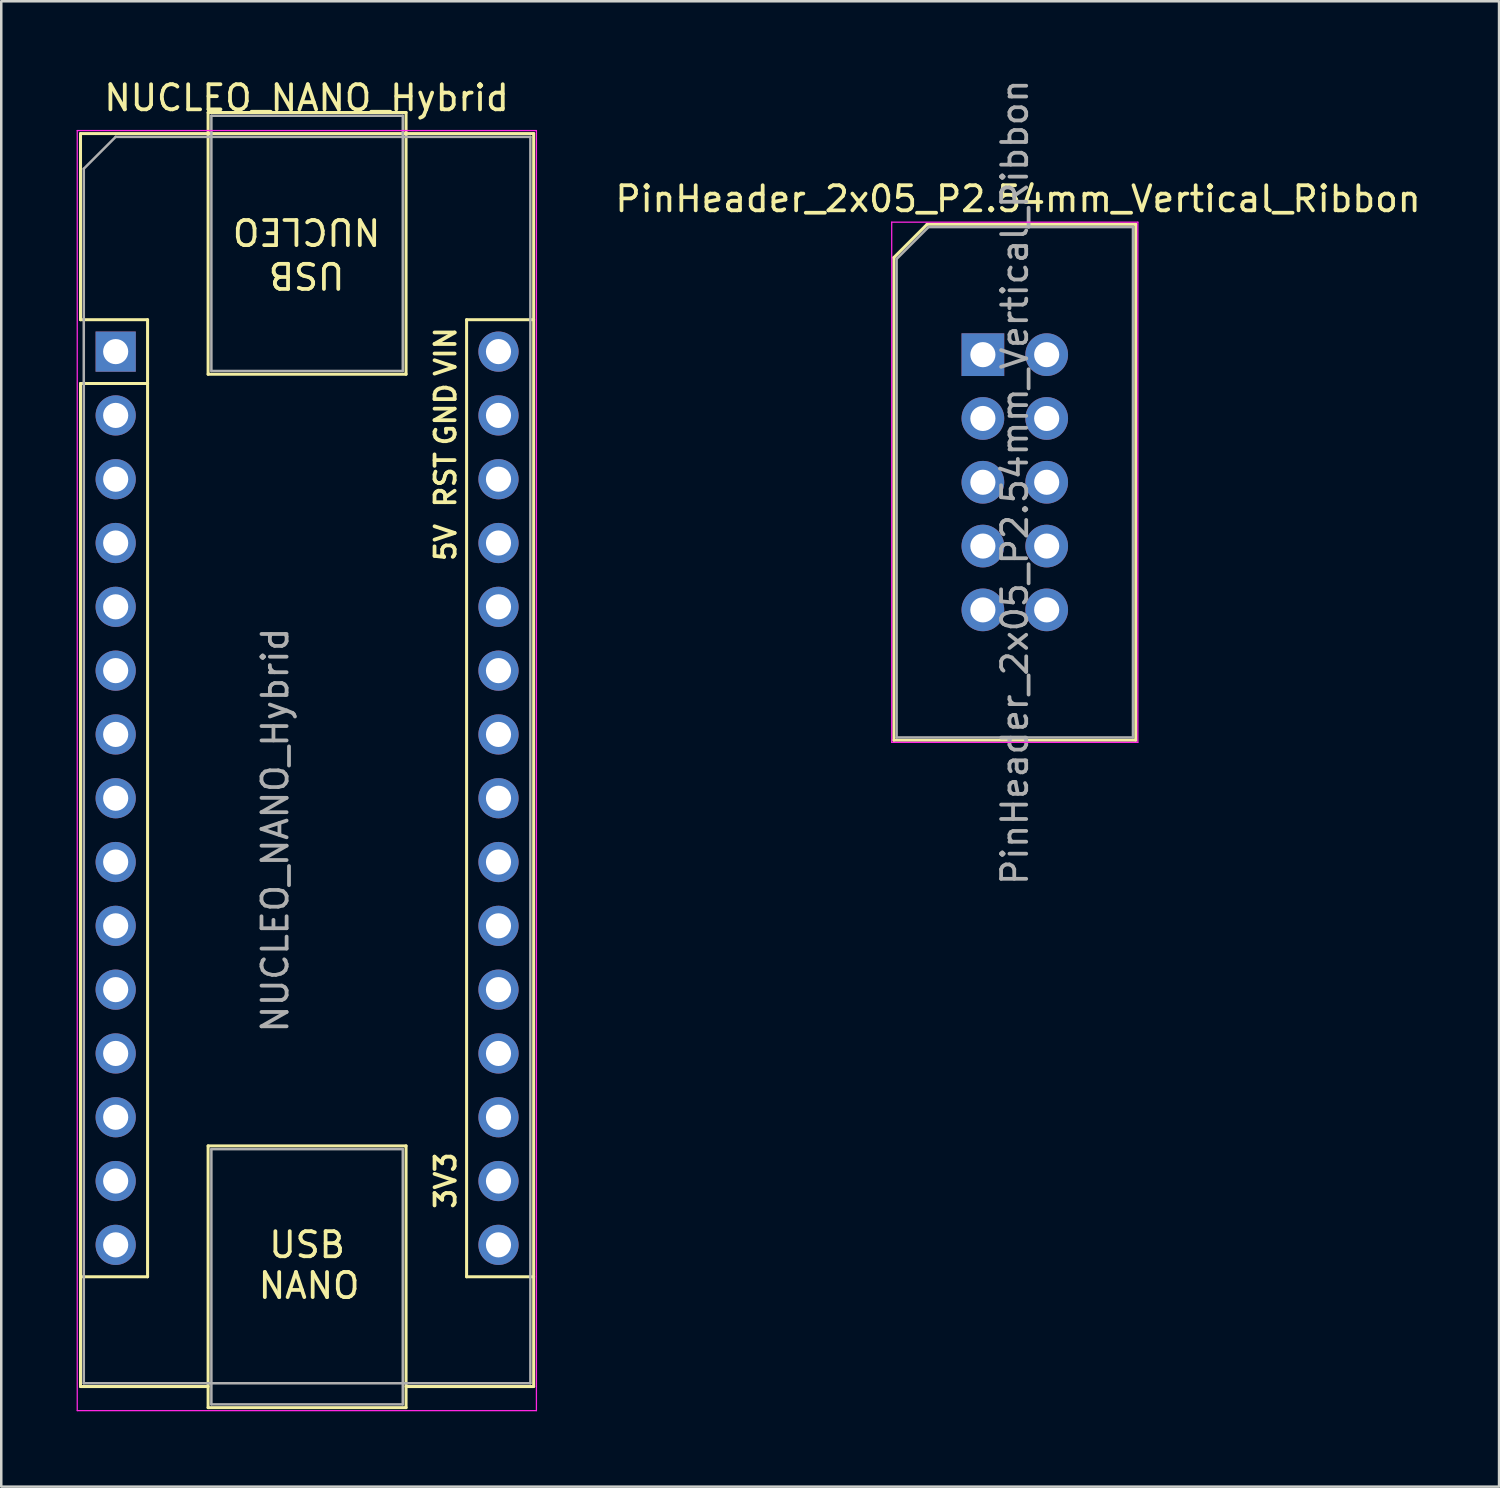
<source format=kicad_pcb>
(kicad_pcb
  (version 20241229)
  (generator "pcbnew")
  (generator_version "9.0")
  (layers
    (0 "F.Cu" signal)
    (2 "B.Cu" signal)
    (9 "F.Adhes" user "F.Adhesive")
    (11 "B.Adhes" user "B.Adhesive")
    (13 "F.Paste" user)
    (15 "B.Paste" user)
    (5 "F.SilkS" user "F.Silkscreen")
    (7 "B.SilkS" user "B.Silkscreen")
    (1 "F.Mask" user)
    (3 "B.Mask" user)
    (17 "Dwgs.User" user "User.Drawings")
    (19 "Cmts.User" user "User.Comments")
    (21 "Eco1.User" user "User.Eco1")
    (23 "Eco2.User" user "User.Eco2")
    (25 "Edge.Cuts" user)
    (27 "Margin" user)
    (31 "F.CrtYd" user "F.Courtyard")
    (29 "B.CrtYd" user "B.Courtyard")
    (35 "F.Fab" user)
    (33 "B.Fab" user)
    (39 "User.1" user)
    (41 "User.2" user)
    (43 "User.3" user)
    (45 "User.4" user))
  (footprint "PinHeader_2x05_P2.54mm_Vertical_Ribbon"
    (layer "F.Cu")
    (at 36.079 11.069)
    (property "Reference" "PinHeader_2x05_P2.54mm_Vertical_Ribbon" (at 1.4 -6.2 0) (layer "F.SilkS") (effects (font (size 1 1) (thickness 0.15))))
    (attr through_hole)
    (fp_line (start -3.545 -3.865) (end -3.545 15.35) (stroke (width 0.12) (type solid)) (layer "F.SilkS"))
    (fp_line (start -3.545 -3.865) (end -2.22 -5.19) (stroke (width 0.12) (type solid)) (layer "F.SilkS"))
    (fp_line (start -2.22 -5.19) (end 6.085 -5.19) (stroke (width 0.12) (type default)) (layer "F.SilkS"))
    (fp_line (start 6.085 -5.19) (end 6.085 15.35) (stroke (width 0.12) (type default)) (layer "F.SilkS"))
    (fp_line (start 6.085 15.35) (end -3.545 15.35) (stroke (width 0.12) (type default)) (layer "F.SilkS"))
    (fp_line (start -3.63 -5.275) (end -3.63 15.435) (stroke (width 0.05) (type solid)) (layer "F.CrtYd"))
    (fp_line (start -3.63 15.435) (end 6.17 15.435) (stroke (width 0.05) (type solid)) (layer "F.CrtYd"))
    (fp_line (start 6.17 -5.275) (end -3.63 -5.275) (stroke (width 0.05) (type solid)) (layer "F.CrtYd"))
    (fp_line (start 6.17 15.435) (end 6.17 -5.275) (stroke (width 0.05) (type solid)) (layer "F.CrtYd"))
    (fp_line (start -3.435 -3.81) (end -2.165 -5.08) (stroke (width 0.1) (type solid)) (layer "F.Fab"))
    (fp_line (start -3.435 15.24) (end -3.435 -3.81) (stroke (width 0.1) (type solid)) (layer "F.Fab"))
    (fp_line (start -2.165 -5.08) (end 5.975 -5.08) (stroke (width 0.1) (type solid)) (layer "F.Fab"))
    (fp_line (start 5.975 -5.08) (end 5.975 15.24) (stroke (width 0.1) (type solid)) (layer "F.Fab"))
    (fp_line (start 5.975 15.24) (end -3.435 15.24) (stroke (width 0.1) (type solid)) (layer "F.Fab"))
    (fp_text user "${REFERENCE}" (at 1.27 5.08 90) (layer "F.Fab") (effects (font (size 1 1) (thickness 0.15))))
    (pad "1" thru_hole rect (at 0 0) (size 1.7 1.7) (drill 1) (layers "*.Cu" "*.Mask"))
    (pad "2" thru_hole oval (at 2.54 0) (size 1.7 1.7) (drill 1) (layers "*.Cu" "*.Mask"))
    (pad "3" thru_hole oval (at 0 2.54) (size 1.7 1.7) (drill 1) (layers "*.Cu" "*.Mask"))
    (pad "4" thru_hole oval (at 2.54 2.54) (size 1.7 1.7) (drill 1) (layers "*.Cu" "*.Mask"))
    (pad "5" thru_hole oval (at 0 5.08) (size 1.7 1.7) (drill 1) (layers "*.Cu" "*.Mask"))
    (pad "6" thru_hole oval (at 2.54 5.08) (size 1.7 1.7) (drill 1) (layers "*.Cu" "*.Mask"))
    (pad "7" thru_hole oval (at 0 7.62) (size 1.7 1.7) (drill 1) (layers "*.Cu" "*.Mask"))
    (pad "8" thru_hole oval (at 2.54 7.62) (size 1.7 1.7) (drill 1) (layers "*.Cu" "*.Mask"))
    (pad "9" thru_hole oval (at 0 10.16) (size 1.7 1.7) (drill 1) (layers "*.Cu" "*.Mask"))
    (pad "10" thru_hole oval (at 2.54 10.16) (size 1.7 1.7) (drill 1) (layers "*.Cu" "*.Mask")))
  (footprint "NUCLEO_NANO_Hybrid"
    (layer "F.Cu")
    (at 1.555 10.948)
    (property "Reference" "NUCLEO_NANO_Hybrid" (at 7.6 -10.1 0) (layer "F.SilkS") (effects (font (size 1 1) (thickness 0.15))))
    (attr through_hole)
    (fp_line (start -1.4 -8.68) (end -1.4 -1.27) (stroke (width 0.12) (type solid)) (layer "F.SilkS"))
    (fp_line (start -1.4 1.27) (end -1.4 41.2) (stroke (width 0.12) (type solid)) (layer "F.SilkS"))
    (fp_line (start -1.4 41.2) (end 3.68 41.2) (stroke (width 0.12) (type solid)) (layer "F.SilkS"))
    (fp_line (start 1.27 -1.27) (end -1.4 -1.27) (stroke (width 0.12) (type solid)) (layer "F.SilkS"))
    (fp_line (start 1.27 1.27) (end -1.4 1.27) (stroke (width 0.12) (type solid)) (layer "F.SilkS"))
    (fp_line (start 1.27 1.27) (end 1.27 -1.27) (stroke (width 0.12) (type solid)) (layer "F.SilkS"))
    (fp_line (start 1.27 1.27) (end 1.27 36.83) (stroke (width 0.12) (type solid)) (layer "F.SilkS"))
    (fp_line (start 1.27 36.83) (end -1.4 36.83) (stroke (width 0.12) (type solid)) (layer "F.SilkS"))
    (fp_line (start 3.68 -9.52) (end 11.56 -9.52) (stroke (width 0.12) (type solid)) (layer "F.SilkS"))
    (fp_line (start 3.68 0.9) (end 3.68 -9.52) (stroke (width 0.12) (type solid)) (layer "F.SilkS"))
    (fp_line (start 3.68 31.62) (end 11.56 31.62) (stroke (width 0.12) (type solid)) (layer "F.SilkS"))
    (fp_line (start 3.68 42.04) (end 3.68 31.62) (stroke (width 0.12) (type solid)) (layer "F.SilkS"))
    (fp_line (start 11.56 -9.52) (end 11.56 0.9) (stroke (width 0.12) (type solid)) (layer "F.SilkS"))
    (fp_line (start 11.56 0.9) (end 3.68 0.9) (stroke (width 0.12) (type solid)) (layer "F.SilkS"))
    (fp_line (start 11.56 31.62) (end 11.56 42.04) (stroke (width 0.12) (type solid)) (layer "F.SilkS"))
    (fp_line (start 11.56 42.04) (end 3.68 42.04) (stroke (width 0.12) (type solid)) (layer "F.SilkS"))
    (fp_line (start 13.97 -1.27) (end 13.97 36.83) (stroke (width 0.12) (type solid)) (layer "F.SilkS"))
    (fp_line (start 13.97 -1.27) (end 16.64 -1.27) (stroke (width 0.12) (type solid)) (layer "F.SilkS"))
    (fp_line (start 13.97 36.83) (end 16.64 36.83) (stroke (width 0.12) (type solid)) (layer "F.SilkS"))
    (fp_line (start 16.64 -8.68) (end -1.4 -8.68) (stroke (width 0.12) (type solid)) (layer "F.SilkS"))
    (fp_line (start 16.64 41.2) (end 11.56 41.2) (stroke (width 0.12) (type solid)) (layer "F.SilkS"))
    (fp_line (start 16.64 41.2) (end 16.64 -8.68) (stroke (width 0.12) (type solid)) (layer "F.SilkS"))
    (fp_line (start -1.53 -8.8) (end -1.53 42.16) (stroke (width 0.05) (type solid)) (layer "F.CrtYd"))
    (fp_line (start -1.53 -8.8) (end 16.75 -8.8) (stroke (width 0.05) (type solid)) (layer "F.CrtYd"))
    (fp_line (start 16.75 42.16) (end -1.53 42.16) (stroke (width 0.05) (type solid)) (layer "F.CrtYd"))
    (fp_line (start 16.75 42.16) (end 16.75 -8.8) (stroke (width 0.05) (type solid)) (layer "F.CrtYd"))
    (fp_line (start -1.27 -7.28) (end 0 -8.55) (stroke (width 0.1) (type solid)) (layer "F.Fab"))
    (fp_line (start -1.27 41.07) (end -1.27 -7.28) (stroke (width 0.1) (type solid)) (layer "F.Fab"))
    (fp_line (start 0 -8.55) (end 16.51 -8.55) (stroke (width 0.1) (type solid)) (layer "F.Fab"))
    (fp_line (start 3.81 -9.39) (end 11.43 -9.39) (stroke (width 0.1) (type solid)) (layer "F.Fab"))
    (fp_line (start 3.81 0.77) (end 3.81 -9.39) (stroke (width 0.1) (type solid)) (layer "F.Fab"))
    (fp_line (start 3.81 31.75) (end 11.43 31.75) (stroke (width 0.1) (type solid)) (layer "F.Fab"))
    (fp_line (start 3.81 41.91) (end 3.81 31.75) (stroke (width 0.1) (type solid)) (layer "F.Fab"))
    (fp_line (start 11.43 -9.39) (end 11.43 0.77) (stroke (width 0.1) (type solid)) (layer "F.Fab"))
    (fp_line (start 11.43 0.77) (end 3.81 0.77) (stroke (width 0.1) (type solid)) (layer "F.Fab"))
    (fp_line (start 11.43 31.75) (end 11.43 41.91) (stroke (width 0.1) (type solid)) (layer "F.Fab"))
    (fp_line (start 11.43 41.91) (end 3.81 41.91) (stroke (width 0.1) (type solid)) (layer "F.Fab"))
    (fp_line (start 16.51 -8.55) (end 16.51 41.07) (stroke (width 0.1) (type solid)) (layer "F.Fab"))
    (fp_line (start 16.51 41.07) (end -1.27 41.07) (stroke (width 0.1) (type solid)) (layer "F.Fab"))
    (fp_text user "NUCLEO" (at 7.6 -4.2 180) (unlocked yes) (layer "F.SilkS") (effects (font (size 1 1) (thickness 0.15)) (justify top)))
    (fp_text user "USB" (at 7.62 35.56 0) (unlocked yes) (layer "F.SilkS") (effects (font (size 1 1) (thickness 0.15))))
    (fp_text user "VIN" (at 13.6 0 90) (unlocked yes) (layer "F.SilkS") (effects (font (size 0.8 0.8) (thickness 0.15)) (justify bottom)))
    (fp_text user "NANO" (at 7.7 36.6 0) (unlocked yes) (layer "F.SilkS") (effects (font (size 1 1) (thickness 0.15)) (justify top)))
    (fp_text user "GND" (at 13.6 2.5 90) (unlocked yes) (layer "F.SilkS") (effects (font (size 0.8 0.8) (thickness 0.15)) (justify bottom)))
    (fp_text user "USB" (at 7.6 -3.04 180) (unlocked yes) (layer "F.SilkS") (effects (font (size 1 1) (thickness 0.15))))
    (fp_text user "3V3" (at 13.6 33 90) (unlocked yes) (layer "F.SilkS") (effects (font (size 0.8 0.8) (thickness 0.15)) (justify bottom)))
    (fp_text user "RST" (at 13.6 5.1 90) (unlocked yes) (layer "F.SilkS") (effects (font (size 0.8 0.8) (thickness 0.15)) (justify bottom)))
    (fp_text user "5V" (at 13.6 7.6 90) (unlocked yes) (layer "F.SilkS") (effects (font (size 0.8 0.8) (thickness 0.15)) (justify bottom)))
    (fp_text user "${REFERENCE}" (at 6.35 19.05 90) (layer "F.Fab") (effects (font (size 1 1) (thickness 0.15))))
    (pad "1" thru_hole rect (at 0 0) (size 1.6 1.6) (drill 1) (layers "*.Cu" "*.Mask"))
    (pad "2" thru_hole oval (at 0 2.54) (size 1.6 1.6) (drill 1) (layers "*.Cu" "*.Mask"))
    (pad "3" thru_hole oval (at 0 5.08) (size 1.6 1.6) (drill 1) (layers "*.Cu" "*.Mask"))
    (pad "4" thru_hole oval (at 0 7.62) (size 1.6 1.6) (drill 1) (layers "*.Cu" "*.Mask"))
    (pad "5" thru_hole oval (at 0 10.16) (size 1.6 1.6) (drill 1) (layers "*.Cu" "*.Mask"))
    (pad "6" thru_hole oval (at 0 12.7) (size 1.6 1.6) (drill 1) (layers "*.Cu" "*.Mask"))
    (pad "7" thru_hole oval (at 0 15.24) (size 1.6 1.6) (drill 1) (layers "*.Cu" "*.Mask"))
    (pad "8" thru_hole oval (at 0 17.78) (size 1.6 1.6) (drill 1) (layers "*.Cu" "*.Mask"))
    (pad "9" thru_hole oval (at 0 20.32) (size 1.6 1.6) (drill 1) (layers "*.Cu" "*.Mask"))
    (pad "10" thru_hole oval (at 0 22.86) (size 1.6 1.6) (drill 1) (layers "*.Cu" "*.Mask"))
    (pad "11" thru_hole oval (at 0 25.4) (size 1.6 1.6) (drill 1) (layers "*.Cu" "*.Mask"))
    (pad "12" thru_hole oval (at 0 27.94) (size 1.6 1.6) (drill 1) (layers "*.Cu" "*.Mask"))
    (pad "13" thru_hole oval (at 0 30.48) (size 1.6 1.6) (drill 1) (layers "*.Cu" "*.Mask"))
    (pad "14" thru_hole oval (at 0 33.02) (size 1.6 1.6) (drill 1) (layers "*.Cu" "*.Mask"))
    (pad "15" thru_hole oval (at 0 35.56) (size 1.6 1.6) (drill 1) (layers "*.Cu" "*.Mask"))
    (pad "16" thru_hole oval (at 15.24 35.56) (size 1.6 1.6) (drill 1) (layers "*.Cu" "*.Mask"))
    (pad "17" thru_hole oval (at 15.24 33.02) (size 1.6 1.6) (drill 1) (layers "*.Cu" "*.Mask"))
    (pad "18" thru_hole oval (at 15.24 30.48) (size 1.6 1.6) (drill 1) (layers "*.Cu" "*.Mask"))
    (pad "19" thru_hole oval (at 15.24 27.94) (size 1.6 1.6) (drill 1) (layers "*.Cu" "*.Mask"))
    (pad "20" thru_hole oval (at 15.24 25.4) (size 1.6 1.6) (drill 1) (layers "*.Cu" "*.Mask"))
    (pad "21" thru_hole oval (at 15.24 22.86) (size 1.6 1.6) (drill 1) (layers "*.Cu" "*.Mask"))
    (pad "22" thru_hole oval (at 15.24 20.32) (size 1.6 1.6) (drill 1) (layers "*.Cu" "*.Mask"))
    (pad "23" thru_hole oval (at 15.24 17.78) (size 1.6 1.6) (drill 1) (layers "*.Cu" "*.Mask"))
    (pad "24" thru_hole oval (at 15.24 15.24) (size 1.6 1.6) (drill 1) (layers "*.Cu" "*.Mask"))
    (pad "25" thru_hole oval (at 15.24 12.7) (size 1.6 1.6) (drill 1) (layers "*.Cu" "*.Mask"))
    (pad "26" thru_hole oval (at 15.24 10.16) (size 1.6 1.6) (drill 1) (layers "*.Cu" "*.Mask"))
    (pad "27" thru_hole oval (at 15.24 7.62) (size 1.6 1.6) (drill 1) (layers "*.Cu" "*.Mask"))
    (pad "28" thru_hole oval (at 15.24 5.08) (size 1.6 1.6) (drill 1) (layers "*.Cu" "*.Mask"))
    (pad "29" thru_hole oval (at 15.24 2.54) (size 1.6 1.6) (drill 1) (layers "*.Cu" "*.Mask"))
    (pad "30" thru_hole oval (at 15.24 0) (size 1.6 1.6) (drill 1) (layers "*.Cu" "*.Mask")))
  (gr_rect
    (start -3 -3)
    (end 56.628 56.133)
    (stroke (width 0.1) (type default))
    (fill no)
    (layer "Edge.Cuts")))
</source>
